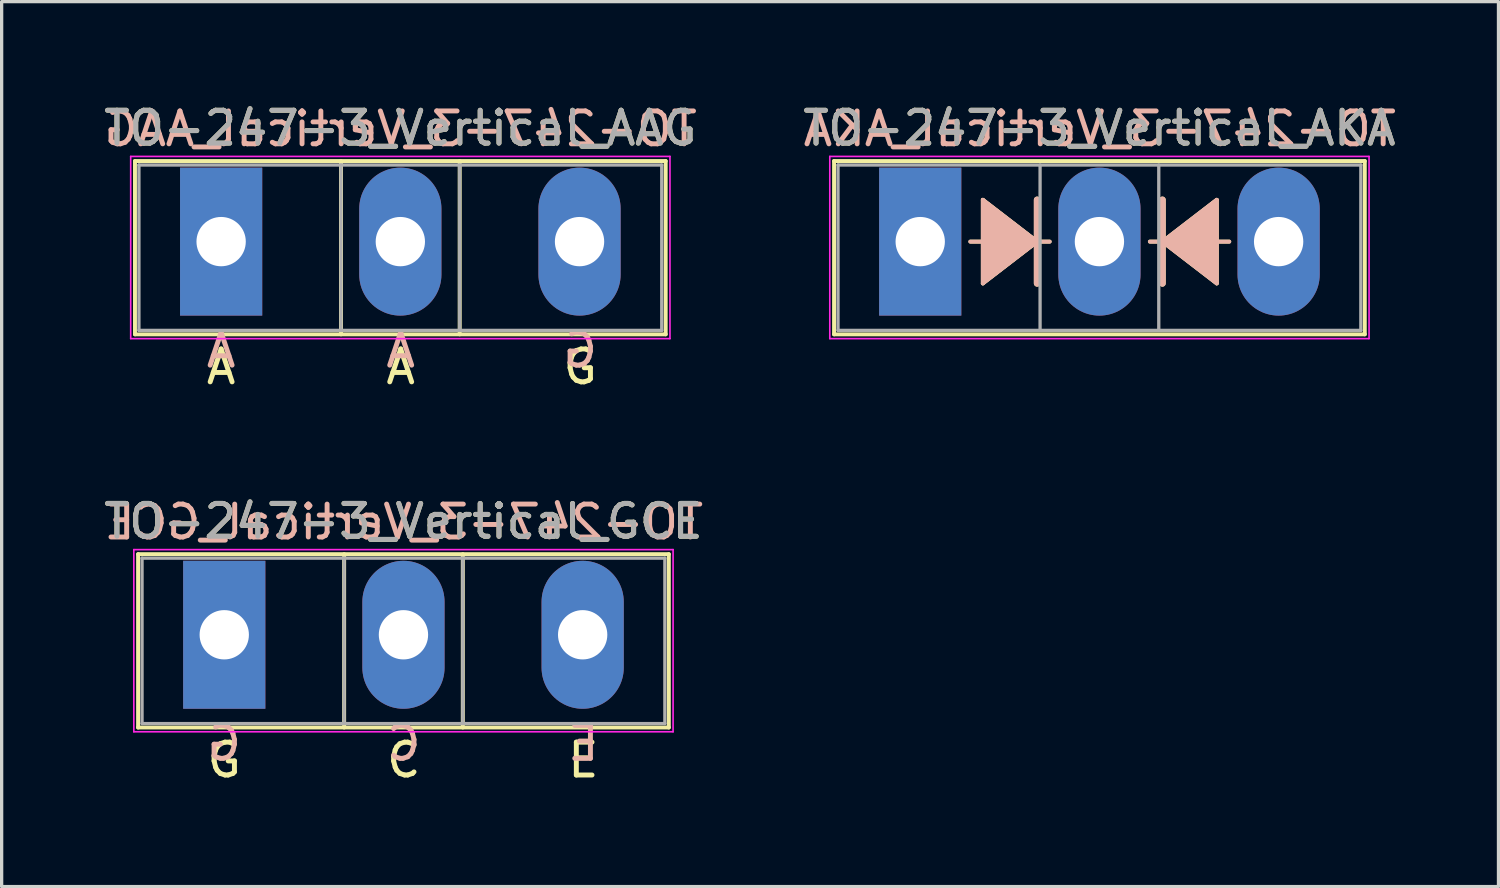
<source format=kicad_pcb>
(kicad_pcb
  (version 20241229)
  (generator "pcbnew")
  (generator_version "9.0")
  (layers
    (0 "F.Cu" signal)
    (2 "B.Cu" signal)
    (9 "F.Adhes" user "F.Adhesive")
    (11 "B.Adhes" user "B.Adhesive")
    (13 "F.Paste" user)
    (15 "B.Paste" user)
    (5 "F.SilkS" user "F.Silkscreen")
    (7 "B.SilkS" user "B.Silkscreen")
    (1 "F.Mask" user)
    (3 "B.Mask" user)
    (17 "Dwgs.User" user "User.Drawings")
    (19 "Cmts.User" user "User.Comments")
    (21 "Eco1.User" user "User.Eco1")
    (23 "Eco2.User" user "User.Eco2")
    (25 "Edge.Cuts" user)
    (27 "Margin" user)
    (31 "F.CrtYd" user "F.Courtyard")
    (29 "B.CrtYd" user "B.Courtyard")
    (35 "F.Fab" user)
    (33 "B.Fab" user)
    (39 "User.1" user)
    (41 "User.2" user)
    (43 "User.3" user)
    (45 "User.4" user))
  (footprint "TO-247-3_Vertical_AAG"
    (layer "F.Cu")
    (at 3.675 4.298)
    (property "Reference" "TO-247-3_Vertical_AAG" (at 5.45 -3.45 0) (layer "F.SilkS") (effects (font (size 1 1) (thickness 0.15))))
    (fp_line (start -2.62 -2.451) (end -2.62 2.82) (stroke (width 0.12) (type solid)) (layer "F.SilkS"))
    (fp_line (start -2.62 -2.451) (end 13.52 -2.451) (stroke (width 0.12) (type solid)) (layer "F.SilkS"))
    (fp_line (start -2.62 2.82) (end 13.52 2.82) (stroke (width 0.12) (type solid)) (layer "F.SilkS"))
    (fp_line (start 3.646 -2.451) (end 3.646 2.82) (stroke (width 0.12) (type solid)) (layer "F.SilkS"))
    (fp_line (start 7.255 -2.451) (end 7.255 2.82) (stroke (width 0.12) (type solid)) (layer "F.SilkS"))
    (fp_line (start 13.52 -2.451) (end 13.52 2.82) (stroke (width 0.12) (type solid)) (layer "F.SilkS"))
    (fp_line (start -2.75 -2.59) (end -2.75 2.95) (stroke (width 0.05) (type solid)) (layer "F.CrtYd"))
    (fp_line (start -2.75 2.95) (end 13.65 2.95) (stroke (width 0.05) (type solid)) (layer "F.CrtYd"))
    (fp_line (start 13.65 -2.59) (end -2.75 -2.59) (stroke (width 0.05) (type solid)) (layer "F.CrtYd"))
    (fp_line (start 13.65 2.95) (end 13.65 -2.59) (stroke (width 0.05) (type solid)) (layer "F.CrtYd"))
    (fp_line (start -2.5 -2.33) (end -2.5 2.7) (stroke (width 0.1) (type solid)) (layer "F.Fab"))
    (fp_line (start -2.5 2.7) (end 13.4 2.7) (stroke (width 0.1) (type solid)) (layer "F.Fab"))
    (fp_line (start 3.645 -2.33) (end 3.645 2.7) (stroke (width 0.1) (type solid)) (layer "F.Fab"))
    (fp_line (start 7.255 -2.33) (end 7.255 2.7) (stroke (width 0.1) (type solid)) (layer "F.Fab"))
    (fp_line (start 13.4 -2.33) (end -2.5 -2.33) (stroke (width 0.1) (type solid)) (layer "F.Fab"))
    (fp_line (start 13.4 2.7) (end 13.4 -2.33) (stroke (width 0.1) (type solid)) (layer "F.Fab"))
    (fp_text user "A" (at 5.461 3.81 0) (unlocked yes) (layer "F.SilkS") (effects (font (size 1 1) (thickness 0.15))))
    (fp_text user "G" (at 10.922 3.81 0) (unlocked yes) (layer "F.SilkS") (effects (font (size 1 1) (thickness 0.15))))
    (fp_text user "A" (at 0 3.81 0) (unlocked yes) (layer "F.SilkS") (effects (font (size 1 1) (thickness 0.15))))
    (fp_text user "A" (at 5.461 3.302 0) (unlocked yes) (layer "B.SilkS") (effects (font (size 1 1) (thickness 0.15)) (justify mirror)))
    (fp_text user "G" (at 10.922 3.302 0) (unlocked yes) (layer "B.SilkS") (effects (font (size 1 1) (thickness 0.15)) (justify mirror)))
    (fp_text user "${REFERENCE}" (at 5.461 -3.429 0) (layer "B.SilkS") (effects (font (size 1 1) (thickness 0.15)) (justify mirror)))
    (fp_text user "A" (at 0 3.302 0) (unlocked yes) (layer "B.SilkS") (effects (font (size 1 1) (thickness 0.15)) (justify mirror)))
    (fp_text user "${REFERENCE}" (at 5.45 -3.45 0) (layer "F.Fab") (effects (font (size 1 1) (thickness 0.15))))
    (pad "1" thru_hole rect (at 0 0) (size 2.5 4.5) (drill 1.5) (layers "*.Cu" "*.Mask"))
    (pad "2" thru_hole oval (at 5.45 0) (size 2.5 4.5) (drill 1.5) (layers "*.Cu" "*.Mask"))
    (pad "3" thru_hole oval (at 10.9 0) (size 2.5 4.5) (drill 1.5) (layers "*.Cu" "*.Mask")))
  (footprint "TO-247-3_Vertical_GCE"
    (layer "F.Cu")
    (at 3.77 16.255)
    (property "Reference" "TO-247-3_Vertical_GCE" (at 5.45 -3.45 0) (layer "F.SilkS") (effects (font (size 1 1) (thickness 0.15))))
    (fp_line (start -2.62 -2.451) (end -2.62 2.82) (stroke (width 0.12) (type solid)) (layer "F.SilkS"))
    (fp_line (start -2.62 -2.451) (end 13.52 -2.451) (stroke (width 0.12) (type solid)) (layer "F.SilkS"))
    (fp_line (start -2.62 2.82) (end 13.52 2.82) (stroke (width 0.12) (type solid)) (layer "F.SilkS"))
    (fp_line (start 3.646 -2.451) (end 3.646 2.82) (stroke (width 0.12) (type solid)) (layer "F.SilkS"))
    (fp_line (start 7.255 -2.451) (end 7.255 2.82) (stroke (width 0.12) (type solid)) (layer "F.SilkS"))
    (fp_line (start 13.52 -2.451) (end 13.52 2.82) (stroke (width 0.12) (type solid)) (layer "F.SilkS"))
    (fp_line (start -2.75 -2.59) (end -2.75 2.95) (stroke (width 0.05) (type solid)) (layer "F.CrtYd"))
    (fp_line (start -2.75 2.95) (end 13.65 2.95) (stroke (width 0.05) (type solid)) (layer "F.CrtYd"))
    (fp_line (start 13.65 -2.59) (end -2.75 -2.59) (stroke (width 0.05) (type solid)) (layer "F.CrtYd"))
    (fp_line (start 13.65 2.95) (end 13.65 -2.59) (stroke (width 0.05) (type solid)) (layer "F.CrtYd"))
    (fp_line (start -2.5 -2.33) (end -2.5 2.7) (stroke (width 0.1) (type solid)) (layer "F.Fab"))
    (fp_line (start -2.5 2.7) (end 13.4 2.7) (stroke (width 0.1) (type solid)) (layer "F.Fab"))
    (fp_line (start 3.645 -2.33) (end 3.645 2.7) (stroke (width 0.1) (type solid)) (layer "F.Fab"))
    (fp_line (start 7.255 -2.33) (end 7.255 2.7) (stroke (width 0.1) (type solid)) (layer "F.Fab"))
    (fp_line (start 13.4 -2.33) (end -2.5 -2.33) (stroke (width 0.1) (type solid)) (layer "F.Fab"))
    (fp_line (start 13.4 2.7) (end 13.4 -2.33) (stroke (width 0.1) (type solid)) (layer "F.Fab"))
    (fp_text user "E" (at 10.922 3.81 0) (unlocked yes) (layer "F.SilkS") (effects (font (size 1 1) (thickness 0.15))))
    (fp_text user "C" (at 5.461 3.81 0) (unlocked yes) (layer "F.SilkS") (effects (font (size 1 1) (thickness 0.15))))
    (fp_text user "G" (at 0 3.81 0) (unlocked yes) (layer "F.SilkS") (effects (font (size 1 1) (thickness 0.15))))
    (fp_text user "E" (at 10.922 3.302 0) (unlocked yes) (layer "B.SilkS") (effects (font (size 1 1) (thickness 0.15)) (justify mirror)))
    (fp_text user "G" (at 0 3.302 0) (unlocked yes) (layer "B.SilkS") (effects (font (size 1 1) (thickness 0.15)) (justify mirror)))
    (fp_text user "C" (at 5.461 3.302 0) (unlocked yes) (layer "B.SilkS") (effects (font (size 1 1) (thickness 0.15)) (justify mirror)))
    (fp_text user "${REFERENCE}" (at 5.461 -3.429 0) (layer "B.SilkS") (effects (font (size 1 1) (thickness 0.15)) (justify mirror)))
    (fp_text user "${REFERENCE}" (at 5.45 -3.45 0) (layer "F.Fab") (effects (font (size 1 1) (thickness 0.15))))
    (pad "1" thru_hole rect (at 0 0) (size 2.5 4.5) (drill 1.5) (layers "*.Cu" "*.Mask"))
    (pad "2" thru_hole oval (at 5.45 0) (size 2.5 4.5) (drill 1.5) (layers "*.Cu" "*.Mask"))
    (pad "3" thru_hole oval (at 10.9 0) (size 2.5 4.5) (drill 1.5) (layers "*.Cu" "*.Mask")))
  (footprint "TO-247-3_Vertical_AKA"
    (layer "F.Cu")
    (at 24.936 4.298)
    (property "Reference" "TO-247-3_Vertical_AKA" (at 5.45 -3.45 0) (layer "F.SilkS") (effects (font (size 1 1) (thickness 0.15))))
    (fp_line (start -2.62 -2.451) (end -2.62 2.82) (stroke (width 0.12) (type solid)) (layer "F.SilkS"))
    (fp_line (start -2.62 -2.451) (end 13.52 -2.451) (stroke (width 0.12) (type solid)) (layer "F.SilkS"))
    (fp_line (start -2.62 2.82) (end 13.52 2.82) (stroke (width 0.12) (type solid)) (layer "F.SilkS"))
    (fp_line (start 1.524 0) (end 1.905 0) (stroke (width 0.12) (type solid)) (layer "F.SilkS"))
    (fp_line (start 1.905 -1.27) (end 1.905 1.27) (stroke (width 0.12) (type solid)) (layer "F.SilkS"))
    (fp_line (start 1.905 1.27) (end 3.556 0) (stroke (width 0.12) (type solid)) (layer "F.SilkS"))
    (fp_line (start 3.556 0) (end 1.905 -1.27) (stroke (width 0.12) (type solid)) (layer "F.SilkS"))
    (fp_line (start 3.556 0) (end 3.556 -1.27) (stroke (width 0.2) (type solid)) (layer "F.SilkS"))
    (fp_line (start 3.556 1.27) (end 3.556 0) (stroke (width 0.2) (type solid)) (layer "F.SilkS"))
    (fp_line (start 3.937 0) (end 3.556 0) (stroke (width 0.12) (type solid)) (layer "F.SilkS"))
    (fp_line (start 6.985 0) (end 7.366 0) (stroke (width 0.12) (type solid)) (layer "F.SilkS"))
    (fp_line (start 7.366 -1.27) (end 7.366 0) (stroke (width 0.2) (type solid)) (layer "F.SilkS"))
    (fp_line (start 7.366 0) (end 7.366 1.27) (stroke (width 0.2) (type solid)) (layer "F.SilkS"))
    (fp_line (start 7.366 0) (end 9.017 1.27) (stroke (width 0.12) (type solid)) (layer "F.SilkS"))
    (fp_line (start 9.017 -1.27) (end 7.366 0) (stroke (width 0.12) (type solid)) (layer "F.SilkS"))
    (fp_line (start 9.017 1.27) (end 9.017 -1.27) (stroke (width 0.12) (type solid)) (layer "F.SilkS"))
    (fp_line (start 9.398 0) (end 9.017 0) (stroke (width 0.12) (type solid)) (layer "F.SilkS"))
    (fp_line (start 13.52 -2.451) (end 13.52 2.82) (stroke (width 0.12) (type solid)) (layer "F.SilkS"))
    (fp_poly (pts (xy 3.556 0) (xy 1.905 1.27) (xy 1.905 -1.27)) (stroke (width 0.1) (type solid)) (fill yes) (layer "F.SilkS"))
    (fp_poly (pts (xy 9.017 1.27) (xy 7.366 0) (xy 9.017 -1.27)) (stroke (width 0.1) (type solid)) (fill yes) (layer "F.SilkS"))
    (fp_line (start 1.524 0) (end 1.905 0) (stroke (width 0.12) (type solid)) (layer "B.SilkS"))
    (fp_line (start 1.905 -1.27) (end 3.556 0) (stroke (width 0.12) (type solid)) (layer "B.SilkS"))
    (fp_line (start 1.905 1.27) (end 1.905 -1.27) (stroke (width 0.12) (type solid)) (layer "B.SilkS"))
    (fp_line (start 3.556 -1.27) (end 3.556 0) (stroke (width 0.2) (type solid)) (layer "B.SilkS"))
    (fp_line (start 3.556 0) (end 1.905 1.27) (stroke (width 0.12) (type solid)) (layer "B.SilkS"))
    (fp_line (start 3.556 0) (end 3.556 1.27) (stroke (width 0.2) (type solid)) (layer "B.SilkS"))
    (fp_line (start 3.937 0) (end 3.556 0) (stroke (width 0.12) (type solid)) (layer "B.SilkS"))
    (fp_line (start 6.985 0) (end 7.366 0) (stroke (width 0.12) (type solid)) (layer "B.SilkS"))
    (fp_line (start 7.366 0) (end 7.366 -1.27) (stroke (width 0.2) (type solid)) (layer "B.SilkS"))
    (fp_line (start 7.366 0) (end 9.017 -1.27) (stroke (width 0.12) (type solid)) (layer "B.SilkS"))
    (fp_line (start 7.366 1.27) (end 7.366 0) (stroke (width 0.2) (type solid)) (layer "B.SilkS"))
    (fp_line (start 9.017 -1.27) (end 9.017 1.27) (stroke (width 0.12) (type solid)) (layer "B.SilkS"))
    (fp_line (start 9.017 1.27) (end 7.366 0) (stroke (width 0.12) (type solid)) (layer "B.SilkS"))
    (fp_line (start 9.398 0) (end 9.017 0) (stroke (width 0.12) (type solid)) (layer "B.SilkS"))
    (fp_poly (pts (xy 1.905 1.27) (xy 3.556 0) (xy 1.905 -1.27)) (stroke (width 0.1) (type solid)) (fill yes) (layer "B.SilkS"))
    (fp_poly (pts (xy 7.366 0) (xy 9.017 1.27) (xy 9.017 -1.27)) (stroke (width 0.1) (type solid)) (fill yes) (layer "B.SilkS"))
    (fp_line (start -2.75 -2.59) (end -2.75 2.95) (stroke (width 0.05) (type solid)) (layer "F.CrtYd"))
    (fp_line (start -2.75 2.95) (end 13.65 2.95) (stroke (width 0.05) (type solid)) (layer "F.CrtYd"))
    (fp_line (start 13.65 -2.59) (end -2.75 -2.59) (stroke (width 0.05) (type solid)) (layer "F.CrtYd"))
    (fp_line (start 13.65 2.95) (end 13.65 -2.59) (stroke (width 0.05) (type solid)) (layer "F.CrtYd"))
    (fp_line (start -2.5 -2.33) (end -2.5 2.7) (stroke (width 0.1) (type solid)) (layer "F.Fab"))
    (fp_line (start -2.5 2.7) (end 13.4 2.7) (stroke (width 0.1) (type solid)) (layer "F.Fab"))
    (fp_line (start 3.645 -2.33) (end 3.645 2.7) (stroke (width 0.1) (type solid)) (layer "F.Fab"))
    (fp_line (start 7.255 -2.33) (end 7.255 2.7) (stroke (width 0.1) (type solid)) (layer "F.Fab"))
    (fp_line (start 13.4 -2.33) (end -2.5 -2.33) (stroke (width 0.1) (type solid)) (layer "F.Fab"))
    (fp_line (start 13.4 2.7) (end 13.4 -2.33) (stroke (width 0.1) (type solid)) (layer "F.Fab"))
    (fp_text user "${REFERENCE}" (at 5.461 -3.429 0) (layer "B.SilkS") (effects (font (size 1 1) (thickness 0.15)) (justify mirror)))
    (fp_text user "${REFERENCE}" (at 5.45 -3.45 0) (layer "F.Fab") (effects (font (size 1 1) (thickness 0.15))))
    (pad "1" thru_hole rect (at 0 0) (size 2.5 4.5) (drill 1.5) (layers "*.Cu" "*.Mask"))
    (pad "2" thru_hole oval (at 5.45 0) (size 2.5 4.5) (drill 1.5) (layers "*.Cu" "*.Mask"))
    (pad "3" thru_hole oval (at 10.9 0) (size 2.5 4.5) (drill 1.5) (layers "*.Cu" "*.Mask")))
  (gr_rect
    (start -3 -3)
    (end 42.522 23.913)
    (stroke (width 0.1) (type default))
    (fill no)
    (layer "Edge.Cuts")))
</source>
